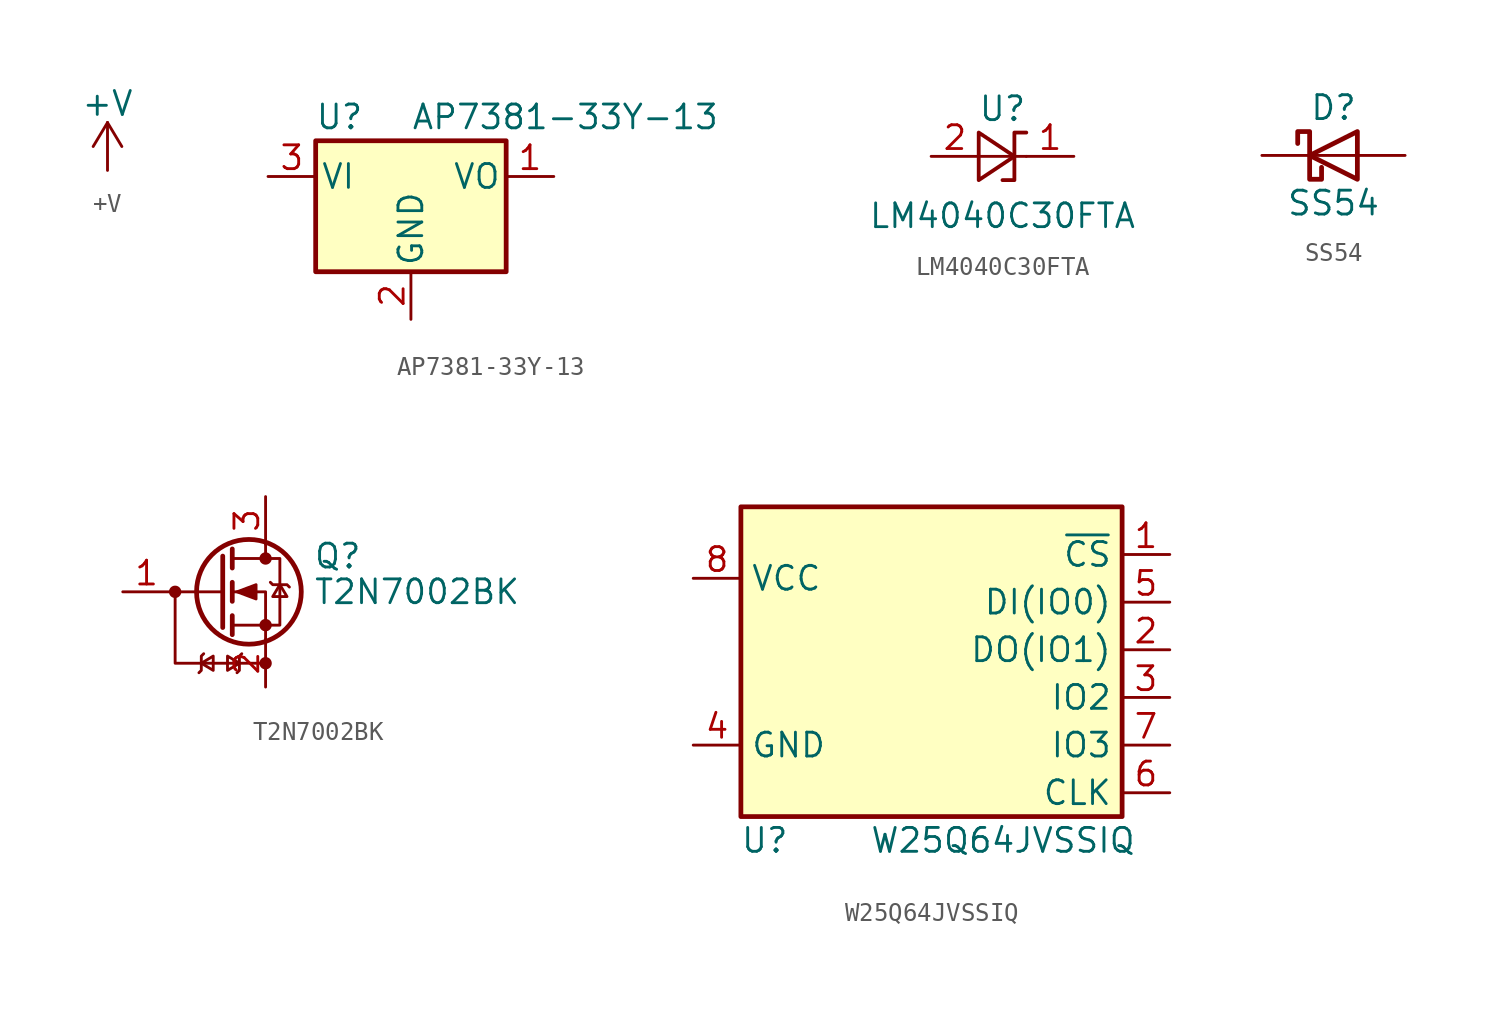
<source format=kicad_sym>
(kicad_symbol_lib
  (version 20220914)
  (generator kicad_symbol_editor)
  (symbol "+V"
    (power)
    (pin_names
      (offset 0))
    (property "Reference" "#PWR"
      (at 0 -3.81 0)
      (effects (font (size 1.27 1.27)) hide))
    (property "Value" "+V"
      (at 0 3.556 0)
      (effects (font (size 1.27 1.27))))
    (symbol "+V_0_1"
      (polyline (pts (xy -0.762 1.27) (xy 0 2.54)) (stroke (width 0) (type default)) (fill (type none)))
      (polyline (pts (xy 0 0) (xy 0 2.54)) (stroke (width 0) (type default)) (fill (type none)))
      (polyline (pts (xy 0 2.54) (xy 0.762 1.27)) (stroke (width 0) (type default)) (fill (type none))))
    (symbol "+V_1_1"
      (pin power_in line (at 0 0 90) (length 0) hide (name "+V" (effects (font (size 1.27 1.27)))) (number "1" (effects (font (size 1.27 1.27)))))))
  (symbol "AP7381-33Y-13"
    (pin_names
      (offset 0.254))
    (property "Reference" "U"
      (at -3.81 3.175 0)
      (effects (font (size 1.27 1.27))))
    (property "Value" "AP7381-33Y-13"
      (at 0 3.175 0)
      (effects (font (size 1.27 1.27)) (justify left)))
    (symbol "AP7381-33Y-13_0_1"
      (rectangle (start -5.08 1.905) (end 5.08 -5.08) (stroke (width 0.254) (type default)) (fill (type background))))
    (symbol "AP7381-33Y-13_1_1"
      (pin power_out line (at 7.62 0 180) (length 2.54) (name "VO" (effects (font (size 1.27 1.27)))) (number "1" (effects (font (size 1.27 1.27)))))
      (pin power_in line (at 0 -7.62 90) (length 2.54) (name "GND" (effects (font (size 1.27 1.27)))) (number "2" (effects (font (size 1.27 1.27)))))
      (pin power_in line (at -7.62 0 0) (length 2.54) (name "VI" (effects (font (size 1.27 1.27)))) (number "3" (effects (font (size 1.27 1.27)))))))
  (symbol "LM4040C30FTA"
    (pin_names
      (offset 0.025) hide)
    (property "Reference" "U"
      (at 0 2.54 0)
      (effects (font (size 1.27 1.27))))
    (property "Value" "LM4040C30FTA"
      (at 0 -3.175 0)
      (effects (font (size 1.27 1.27))))
    (symbol "LM4040C30FTA_0_1"
      (polyline (pts (xy -1.27 0) (xy 0 0) (xy 1.27 0)) (stroke (width 0) (type default)) (fill (type none)))
      (polyline (pts (xy -1.27 -1.27) (xy 0.635 0) (xy -1.27 1.27) (xy -1.27 -1.27)) (stroke (width 0.203) (type default)) (fill (type none)))
      (polyline (pts (xy 0 -1.27) (xy 0.635 -1.27) (xy 0.635 1.27) (xy 1.27 1.27)) (stroke (width 0.203) (type default)) (fill (type none))))
    (symbol "LM4040C30FTA_1_1"
      (pin passive line (at 3.81 0 180) (length 2.54) (name "K" (effects (font (size 1.27 1.27)))) (number "1" (effects (font (size 1.27 1.27)))))
      (pin passive line (at -3.81 0 0) (length 2.54) (name "A" (effects (font (size 1.27 1.27)))) (number "2" (effects (font (size 1.27 1.27)))))))
  (symbol "SS54"
    (pin_numbers hide)
    (pin_names
      (offset 1.016) hide)
    (property "Reference" "D"
      (at 0 2.54 0)
      (effects (font (size 1.27 1.27))))
    (property "Value" "SS54"
      (at 0 -2.54 0)
      (effects (font (size 1.27 1.27))))
    (symbol "SS54_0_1"
      (polyline (pts (xy 1.27 0) (xy -1.27 0)) (stroke (width 0) (type default)) (fill (type none)))
      (polyline (pts (xy 1.27 1.27) (xy 1.27 -1.27) (xy -1.27 0) (xy 1.27 1.27)) (stroke (width 0.254) (type default)) (fill (type none)))
      (polyline (pts (xy -1.905 0.635) (xy -1.905 1.27) (xy -1.27 1.27) (xy -1.27 -1.27) (xy -0.635 -1.27) (xy -0.635 -0.635)) (stroke (width 0.254) (type default)) (fill (type none))))
    (symbol "SS54_1_1"
      (pin passive line (at -3.81 0 0) (length 2.54) (name "K" (effects (font (size 1.27 1.27)))) (number "1" (effects (font (size 1.27 1.27)))))
      (pin passive line (at 3.81 0 180) (length 2.54) (name "A" (effects (font (size 1.27 1.27)))) (number "2" (effects (font (size 1.27 1.27)))))))
  (symbol "T2N7002BK"
    (pin_names
      (offset 0) hide)
    (property "Reference" "Q"
      (at 5.08 1.905 0)
      (effects (font (size 1.27 1.27)) (justify left)))
    (property "Value" "T2N7002BK"
      (at 5.08 0 0)
      (effects (font (size 1.27 1.27)) (justify left)))
    (symbol "T2N7002BK_0_1"
      (polyline (pts (xy 2.54 -3.81) (xy -2.286 -3.81) (xy -2.286 0)) (stroke (width 0) (type default)) (fill (type none))))
    (symbol "T2N7002BK_1_1"
      (circle (center -2.286 0) (radius 0.254) (stroke (width 0) (type default)) (fill (type outline)))
      (polyline (pts (xy 0.254 0) (xy -2.54 0)) (stroke (width 0) (type default)) (fill (type none)))
      (polyline (pts (xy 0.254 1.905) (xy 0.254 -1.905)) (stroke (width 0.254) (type default)) (fill (type none)))
      (polyline (pts (xy 0.762 -1.27) (xy 0.762 -2.286)) (stroke (width 0.254) (type default)) (fill (type none)))
      (polyline (pts (xy 0.762 0.508) (xy 0.762 -0.508)) (stroke (width 0.254) (type default)) (fill (type none)))
      (polyline (pts (xy 0.762 2.286) (xy 0.762 1.27)) (stroke (width 0.254) (type default)) (fill (type none)))
      (polyline (pts (xy 2.54 2.54) (xy 2.54 1.778)) (stroke (width 0) (type default)) (fill (type none)))
      (polyline (pts (xy 2.54 -2.54) (xy 2.54 0) (xy 0.762 0)) (stroke (width 0) (type default)) (fill (type none)))
      (polyline (pts (xy -1.016 -4.318) (xy -0.889 -4.191) (xy -0.889 -3.429) (xy -0.762 -3.302)) (stroke (width 0) (type default)) (fill (type none)))
      (polyline (pts (xy -0.889 -3.81) (xy -0.254 -4.191) (xy -0.254 -3.429) (xy -0.889 -3.81)) (stroke (width 0) (type default)) (fill (type none)))
      (polyline (pts (xy 0.762 -1.778) (xy 3.302 -1.778) (xy 3.302 1.778) (xy 0.762 1.778)) (stroke (width 0) (type default)) (fill (type none)))
      (polyline (pts (xy 1.016 0) (xy 2.032 0.381) (xy 2.032 -0.381) (xy 1.016 0)) (stroke (width 0) (type default)) (fill (type outline)))
      (polyline (pts (xy 1.143 -3.81) (xy 0.508 -3.429) (xy 0.508 -4.191) (xy 1.143 -3.81)) (stroke (width 0) (type default)) (fill (type none)))
      (polyline (pts (xy 1.27 -3.302) (xy 1.143 -3.429) (xy 1.143 -4.191) (xy 1.016 -4.318)) (stroke (width 0) (type default)) (fill (type none)))
      (polyline (pts (xy 2.794 0.508) (xy 2.921 0.381) (xy 3.683 0.381) (xy 3.81 0.254)) (stroke (width 0) (type default)) (fill (type none)))
      (polyline (pts (xy 3.302 0.381) (xy 2.921 -0.254) (xy 3.683 -0.254) (xy 3.302 0.381)) (stroke (width 0) (type default)) (fill (type none)))
      (circle (center 1.651 0) (radius 2.794) (stroke (width 0.254) (type default)) (fill (type none)))
      (circle (center 2.54 -3.81) (radius 0.254) (stroke (width 0) (type default)) (fill (type outline)))
      (circle (center 2.54 -1.778) (radius 0.254) (stroke (width 0) (type default)) (fill (type outline)))
      (circle (center 2.54 1.778) (radius 0.254) (stroke (width 0) (type default)) (fill (type outline)))
      (pin input line (at -5.08 0 0) (length 2.54) (name "G" (effects (font (size 1.27 1.27)))) (number "1" (effects (font (size 1.27 1.27)))))
      (pin passive line (at 2.54 -5.08 90) (length 2.54) (name "S" (effects (font (size 1.27 1.27)))) (number "2" (effects (font (size 1.27 1.27)))))
      (pin passive line (at 2.54 5.08 270) (length 2.54) (name "D" (effects (font (size 1.27 1.27)))) (number "3" (effects (font (size 1.27 1.27)))))))
  (symbol "W25Q64JVSSIQ"
    (property "Reference" "U"
      (at -8.89 -10.16 0)
      (effects (font (size 1.27 1.27))))
    (property "Value" "W25Q64JVSSIQ"
      (at 3.81 -10.16 0)
      (effects (font (size 1.27 1.27))))
    (symbol "W25Q64JVSSIQ_0_1"
      (rectangle (start -10.16 7.62) (end 10.16 -8.89) (stroke (width 0.254) (type default)) (fill (type background))))
    (symbol "W25Q64JVSSIQ_1_1"
      (pin input line (at 12.7 5.08 180) (length 2.54) (name "~{CS}" (effects (font (size 1.27 1.27)))) (number "1" (effects (font (size 1.27 1.27)))))
      (pin bidirectional line (at 12.7 0 180) (length 2.54) (name "DO(IO1)" (effects (font (size 1.27 1.27)))) (number "2" (effects (font (size 1.27 1.27)))))
      (pin bidirectional line (at 12.7 -2.54 180) (length 2.54) (name "IO2" (effects (font (size 1.27 1.27)))) (number "3" (effects (font (size 1.27 1.27)))))
      (pin power_in line (at -12.7 -5.08 0) (length 2.54) (name "GND" (effects (font (size 1.27 1.27)))) (number "4" (effects (font (size 1.27 1.27)))))
      (pin bidirectional line (at 12.7 2.54 180) (length 2.54) (name "DI(IO0)" (effects (font (size 1.27 1.27)))) (number "5" (effects (font (size 1.27 1.27)))))
      (pin input line (at 12.7 -7.62 180) (length 2.54) (name "CLK" (effects (font (size 1.27 1.27)))) (number "6" (effects (font (size 1.27 1.27)))))
      (pin bidirectional line (at 12.7 -5.08 180) (length 2.54) (name "IO3" (effects (font (size 1.27 1.27)))) (number "7" (effects (font (size 1.27 1.27)))))
      (pin power_in line (at -12.7 3.81 0) (length 2.54) (name "VCC" (effects (font (size 1.27 1.27)))) (number "8" (effects (font (size 1.27 1.27))))))))
</source>
